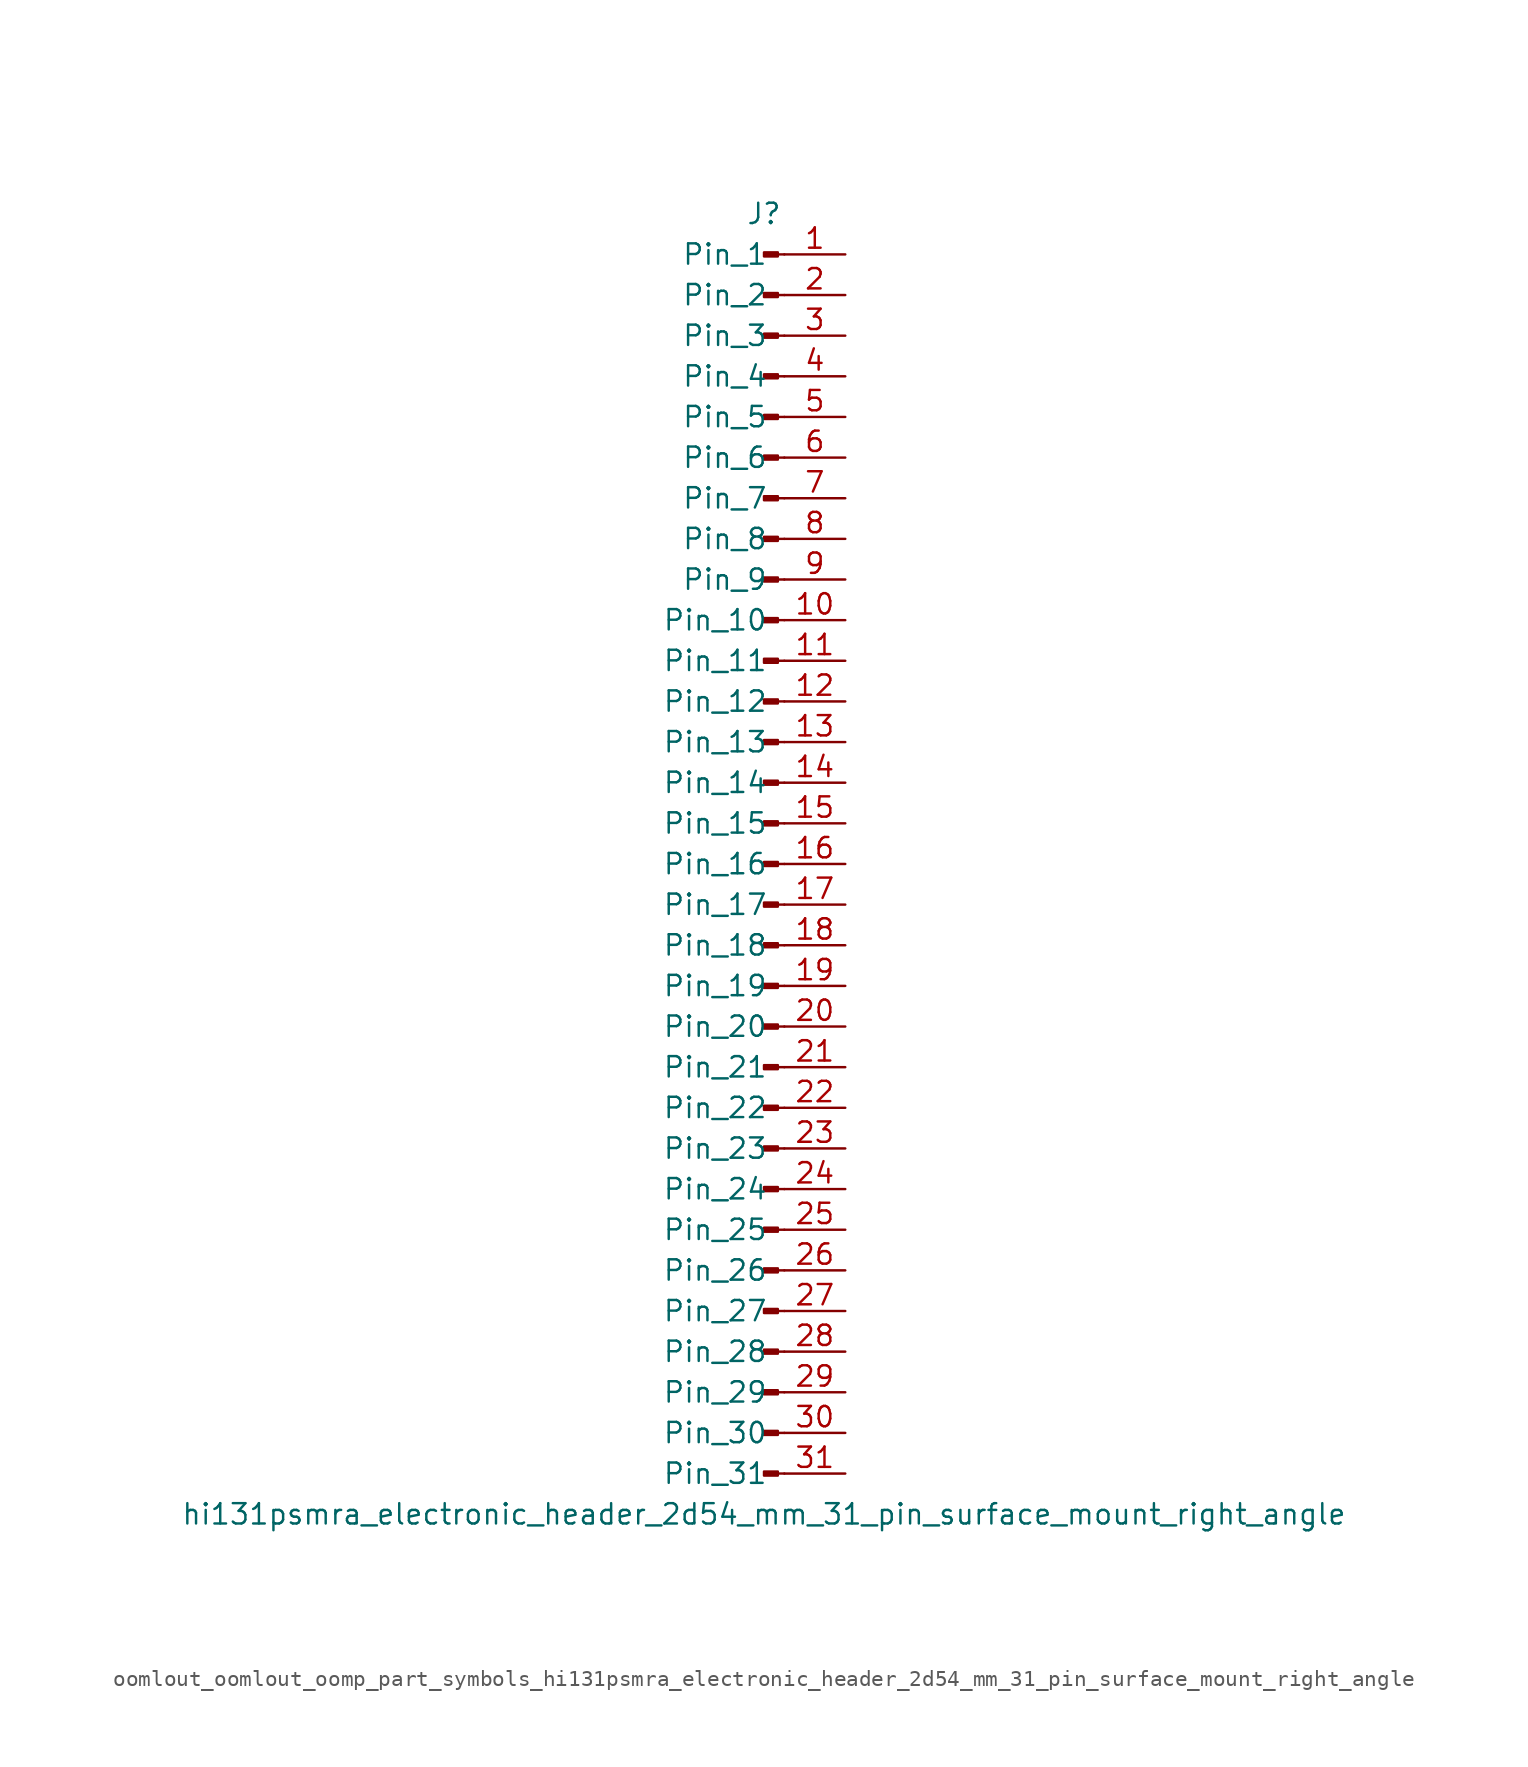
<source format=kicad_sym>
(kicad_symbol_lib
  (version 20220914)
  (generator kicad_symbol_editor)
  (symbol "oomlout_oomlout_oomp_part_symbols_hi131psmra_electronic_header_2d54_mm_31_pin_surface_mount_right_angle"
    (pin_names
      (offset 1.016))
    (property "Reference" "J"
      (at 0 40.64 0)
      (effects (font (size 1.27 1.27))))
    (property "Value" "hi131psmra_electronic_header_2d54_mm_31_pin_surface_mount_right_angle"
      (at 0 -40.64 0)
      (effects (font (size 1.27 1.27))))
    (property "ki_locked" ""
      (at 0 0 0)
      (effects (font (size 1.27 1.27))))
    (symbol "oomlout_oomlout_oomp_part_symbols_hi131psmra_electronic_header_2d54_mm_31_pin_surface_mount_right_angle_1_1"
      (polyline (pts (xy 1.27 -38.1) (xy 0.864 -38.1)) (stroke (width 0.152) (type default)) (fill (type none)))
      (polyline (pts (xy 1.27 -35.56) (xy 0.864 -35.56)) (stroke (width 0.152) (type default)) (fill (type none)))
      (polyline (pts (xy 1.27 -33.02) (xy 0.864 -33.02)) (stroke (width 0.152) (type default)) (fill (type none)))
      (polyline (pts (xy 1.27 -30.48) (xy 0.864 -30.48)) (stroke (width 0.152) (type default)) (fill (type none)))
      (polyline (pts (xy 1.27 -27.94) (xy 0.864 -27.94)) (stroke (width 0.152) (type default)) (fill (type none)))
      (polyline (pts (xy 1.27 -25.4) (xy 0.864 -25.4)) (stroke (width 0.152) (type default)) (fill (type none)))
      (polyline (pts (xy 1.27 -22.86) (xy 0.864 -22.86)) (stroke (width 0.152) (type default)) (fill (type none)))
      (polyline (pts (xy 1.27 -20.32) (xy 0.864 -20.32)) (stroke (width 0.152) (type default)) (fill (type none)))
      (polyline (pts (xy 1.27 -17.78) (xy 0.864 -17.78)) (stroke (width 0.152) (type default)) (fill (type none)))
      (polyline (pts (xy 1.27 -15.24) (xy 0.864 -15.24)) (stroke (width 0.152) (type default)) (fill (type none)))
      (polyline (pts (xy 1.27 -12.7) (xy 0.864 -12.7)) (stroke (width 0.152) (type default)) (fill (type none)))
      (polyline (pts (xy 1.27 -10.16) (xy 0.864 -10.16)) (stroke (width 0.152) (type default)) (fill (type none)))
      (polyline (pts (xy 1.27 -7.62) (xy 0.864 -7.62)) (stroke (width 0.152) (type default)) (fill (type none)))
      (polyline (pts (xy 1.27 -5.08) (xy 0.864 -5.08)) (stroke (width 0.152) (type default)) (fill (type none)))
      (polyline (pts (xy 1.27 -2.54) (xy 0.864 -2.54)) (stroke (width 0.152) (type default)) (fill (type none)))
      (polyline (pts (xy 1.27 0) (xy 0.864 0)) (stroke (width 0.152) (type default)) (fill (type none)))
      (polyline (pts (xy 1.27 2.54) (xy 0.864 2.54)) (stroke (width 0.152) (type default)) (fill (type none)))
      (polyline (pts (xy 1.27 5.08) (xy 0.864 5.08)) (stroke (width 0.152) (type default)) (fill (type none)))
      (polyline (pts (xy 1.27 7.62) (xy 0.864 7.62)) (stroke (width 0.152) (type default)) (fill (type none)))
      (polyline (pts (xy 1.27 10.16) (xy 0.864 10.16)) (stroke (width 0.152) (type default)) (fill (type none)))
      (polyline (pts (xy 1.27 12.7) (xy 0.864 12.7)) (stroke (width 0.152) (type default)) (fill (type none)))
      (polyline (pts (xy 1.27 15.24) (xy 0.864 15.24)) (stroke (width 0.152) (type default)) (fill (type none)))
      (polyline (pts (xy 1.27 17.78) (xy 0.864 17.78)) (stroke (width 0.152) (type default)) (fill (type none)))
      (polyline (pts (xy 1.27 20.32) (xy 0.864 20.32)) (stroke (width 0.152) (type default)) (fill (type none)))
      (polyline (pts (xy 1.27 22.86) (xy 0.864 22.86)) (stroke (width 0.152) (type default)) (fill (type none)))
      (polyline (pts (xy 1.27 25.4) (xy 0.864 25.4)) (stroke (width 0.152) (type default)) (fill (type none)))
      (polyline (pts (xy 1.27 27.94) (xy 0.864 27.94)) (stroke (width 0.152) (type default)) (fill (type none)))
      (polyline (pts (xy 1.27 30.48) (xy 0.864 30.48)) (stroke (width 0.152) (type default)) (fill (type none)))
      (polyline (pts (xy 1.27 33.02) (xy 0.864 33.02)) (stroke (width 0.152) (type default)) (fill (type none)))
      (polyline (pts (xy 1.27 35.56) (xy 0.864 35.56)) (stroke (width 0.152) (type default)) (fill (type none)))
      (polyline (pts (xy 1.27 38.1) (xy 0.864 38.1)) (stroke (width 0.152) (type default)) (fill (type none)))
      (rectangle (start 0.864 -37.973) (end 0 -38.227) (stroke (width 0.152) (type default)) (fill (type outline)))
      (rectangle (start 0.864 -35.433) (end 0 -35.687) (stroke (width 0.152) (type default)) (fill (type outline)))
      (rectangle (start 0.864 -32.893) (end 0 -33.147) (stroke (width 0.152) (type default)) (fill (type outline)))
      (rectangle (start 0.864 -30.353) (end 0 -30.607) (stroke (width 0.152) (type default)) (fill (type outline)))
      (rectangle (start 0.864 -27.813) (end 0 -28.067) (stroke (width 0.152) (type default)) (fill (type outline)))
      (rectangle (start 0.864 -25.273) (end 0 -25.527) (stroke (width 0.152) (type default)) (fill (type outline)))
      (rectangle (start 0.864 -22.733) (end 0 -22.987) (stroke (width 0.152) (type default)) (fill (type outline)))
      (rectangle (start 0.864 -20.193) (end 0 -20.447) (stroke (width 0.152) (type default)) (fill (type outline)))
      (rectangle (start 0.864 -17.653) (end 0 -17.907) (stroke (width 0.152) (type default)) (fill (type outline)))
      (rectangle (start 0.864 -15.113) (end 0 -15.367) (stroke (width 0.152) (type default)) (fill (type outline)))
      (rectangle (start 0.864 -12.573) (end 0 -12.827) (stroke (width 0.152) (type default)) (fill (type outline)))
      (rectangle (start 0.864 -10.033) (end 0 -10.287) (stroke (width 0.152) (type default)) (fill (type outline)))
      (rectangle (start 0.864 -7.493) (end 0 -7.747) (stroke (width 0.152) (type default)) (fill (type outline)))
      (rectangle (start 0.864 -4.953) (end 0 -5.207) (stroke (width 0.152) (type default)) (fill (type outline)))
      (rectangle (start 0.864 -2.413) (end 0 -2.667) (stroke (width 0.152) (type default)) (fill (type outline)))
      (rectangle (start 0.864 0.127) (end 0 -0.127) (stroke (width 0.152) (type default)) (fill (type outline)))
      (rectangle (start 0.864 2.667) (end 0 2.413) (stroke (width 0.152) (type default)) (fill (type outline)))
      (rectangle (start 0.864 5.207) (end 0 4.953) (stroke (width 0.152) (type default)) (fill (type outline)))
      (rectangle (start 0.864 7.747) (end 0 7.493) (stroke (width 0.152) (type default)) (fill (type outline)))
      (rectangle (start 0.864 10.287) (end 0 10.033) (stroke (width 0.152) (type default)) (fill (type outline)))
      (rectangle (start 0.864 12.827) (end 0 12.573) (stroke (width 0.152) (type default)) (fill (type outline)))
      (rectangle (start 0.864 15.367) (end 0 15.113) (stroke (width 0.152) (type default)) (fill (type outline)))
      (rectangle (start 0.864 17.907) (end 0 17.653) (stroke (width 0.152) (type default)) (fill (type outline)))
      (rectangle (start 0.864 20.447) (end 0 20.193) (stroke (width 0.152) (type default)) (fill (type outline)))
      (rectangle (start 0.864 22.987) (end 0 22.733) (stroke (width 0.152) (type default)) (fill (type outline)))
      (rectangle (start 0.864 25.527) (end 0 25.273) (stroke (width 0.152) (type default)) (fill (type outline)))
      (rectangle (start 0.864 28.067) (end 0 27.813) (stroke (width 0.152) (type default)) (fill (type outline)))
      (rectangle (start 0.864 30.607) (end 0 30.353) (stroke (width 0.152) (type default)) (fill (type outline)))
      (rectangle (start 0.864 33.147) (end 0 32.893) (stroke (width 0.152) (type default)) (fill (type outline)))
      (rectangle (start 0.864 35.687) (end 0 35.433) (stroke (width 0.152) (type default)) (fill (type outline)))
      (rectangle (start 0.864 38.227) (end 0 37.973) (stroke (width 0.152) (type default)) (fill (type outline)))
      (pin passive line (at 5.08 38.1 180) (length 3.81) (name "Pin_1" (effects (font (size 1.27 1.27)))) (number "1" (effects (font (size 1.27 1.27)))))
      (pin passive line (at 5.08 15.24 180) (length 3.81) (name "Pin_10" (effects (font (size 1.27 1.27)))) (number "10" (effects (font (size 1.27 1.27)))))
      (pin passive line (at 5.08 12.7 180) (length 3.81) (name "Pin_11" (effects (font (size 1.27 1.27)))) (number "11" (effects (font (size 1.27 1.27)))))
      (pin passive line (at 5.08 10.16 180) (length 3.81) (name "Pin_12" (effects (font (size 1.27 1.27)))) (number "12" (effects (font (size 1.27 1.27)))))
      (pin passive line (at 5.08 7.62 180) (length 3.81) (name "Pin_13" (effects (font (size 1.27 1.27)))) (number "13" (effects (font (size 1.27 1.27)))))
      (pin passive line (at 5.08 5.08 180) (length 3.81) (name "Pin_14" (effects (font (size 1.27 1.27)))) (number "14" (effects (font (size 1.27 1.27)))))
      (pin passive line (at 5.08 2.54 180) (length 3.81) (name "Pin_15" (effects (font (size 1.27 1.27)))) (number "15" (effects (font (size 1.27 1.27)))))
      (pin passive line (at 5.08 0 180) (length 3.81) (name "Pin_16" (effects (font (size 1.27 1.27)))) (number "16" (effects (font (size 1.27 1.27)))))
      (pin passive line (at 5.08 -2.54 180) (length 3.81) (name "Pin_17" (effects (font (size 1.27 1.27)))) (number "17" (effects (font (size 1.27 1.27)))))
      (pin passive line (at 5.08 -5.08 180) (length 3.81) (name "Pin_18" (effects (font (size 1.27 1.27)))) (number "18" (effects (font (size 1.27 1.27)))))
      (pin passive line (at 5.08 -7.62 180) (length 3.81) (name "Pin_19" (effects (font (size 1.27 1.27)))) (number "19" (effects (font (size 1.27 1.27)))))
      (pin passive line (at 5.08 35.56 180) (length 3.81) (name "Pin_2" (effects (font (size 1.27 1.27)))) (number "2" (effects (font (size 1.27 1.27)))))
      (pin passive line (at 5.08 -10.16 180) (length 3.81) (name "Pin_20" (effects (font (size 1.27 1.27)))) (number "20" (effects (font (size 1.27 1.27)))))
      (pin passive line (at 5.08 -12.7 180) (length 3.81) (name "Pin_21" (effects (font (size 1.27 1.27)))) (number "21" (effects (font (size 1.27 1.27)))))
      (pin passive line (at 5.08 -15.24 180) (length 3.81) (name "Pin_22" (effects (font (size 1.27 1.27)))) (number "22" (effects (font (size 1.27 1.27)))))
      (pin passive line (at 5.08 -17.78 180) (length 3.81) (name "Pin_23" (effects (font (size 1.27 1.27)))) (number "23" (effects (font (size 1.27 1.27)))))
      (pin passive line (at 5.08 -20.32 180) (length 3.81) (name "Pin_24" (effects (font (size 1.27 1.27)))) (number "24" (effects (font (size 1.27 1.27)))))
      (pin passive line (at 5.08 -22.86 180) (length 3.81) (name "Pin_25" (effects (font (size 1.27 1.27)))) (number "25" (effects (font (size 1.27 1.27)))))
      (pin passive line (at 5.08 -25.4 180) (length 3.81) (name "Pin_26" (effects (font (size 1.27 1.27)))) (number "26" (effects (font (size 1.27 1.27)))))
      (pin passive line (at 5.08 -27.94 180) (length 3.81) (name "Pin_27" (effects (font (size 1.27 1.27)))) (number "27" (effects (font (size 1.27 1.27)))))
      (pin passive line (at 5.08 -30.48 180) (length 3.81) (name "Pin_28" (effects (font (size 1.27 1.27)))) (number "28" (effects (font (size 1.27 1.27)))))
      (pin passive line (at 5.08 -33.02 180) (length 3.81) (name "Pin_29" (effects (font (size 1.27 1.27)))) (number "29" (effects (font (size 1.27 1.27)))))
      (pin passive line (at 5.08 33.02 180) (length 3.81) (name "Pin_3" (effects (font (size 1.27 1.27)))) (number "3" (effects (font (size 1.27 1.27)))))
      (pin passive line (at 5.08 -35.56 180) (length 3.81) (name "Pin_30" (effects (font (size 1.27 1.27)))) (number "30" (effects (font (size 1.27 1.27)))))
      (pin passive line (at 5.08 -38.1 180) (length 3.81) (name "Pin_31" (effects (font (size 1.27 1.27)))) (number "31" (effects (font (size 1.27 1.27)))))
      (pin passive line (at 5.08 30.48 180) (length 3.81) (name "Pin_4" (effects (font (size 1.27 1.27)))) (number "4" (effects (font (size 1.27 1.27)))))
      (pin passive line (at 5.08 27.94 180) (length 3.81) (name "Pin_5" (effects (font (size 1.27 1.27)))) (number "5" (effects (font (size 1.27 1.27)))))
      (pin passive line (at 5.08 25.4 180) (length 3.81) (name "Pin_6" (effects (font (size 1.27 1.27)))) (number "6" (effects (font (size 1.27 1.27)))))
      (pin passive line (at 5.08 22.86 180) (length 3.81) (name "Pin_7" (effects (font (size 1.27 1.27)))) (number "7" (effects (font (size 1.27 1.27)))))
      (pin passive line (at 5.08 20.32 180) (length 3.81) (name "Pin_8" (effects (font (size 1.27 1.27)))) (number "8" (effects (font (size 1.27 1.27)))))
      (pin passive line (at 5.08 17.78 180) (length 3.81) (name "Pin_9" (effects (font (size 1.27 1.27)))) (number "9" (effects (font (size 1.27 1.27))))))))
</source>
